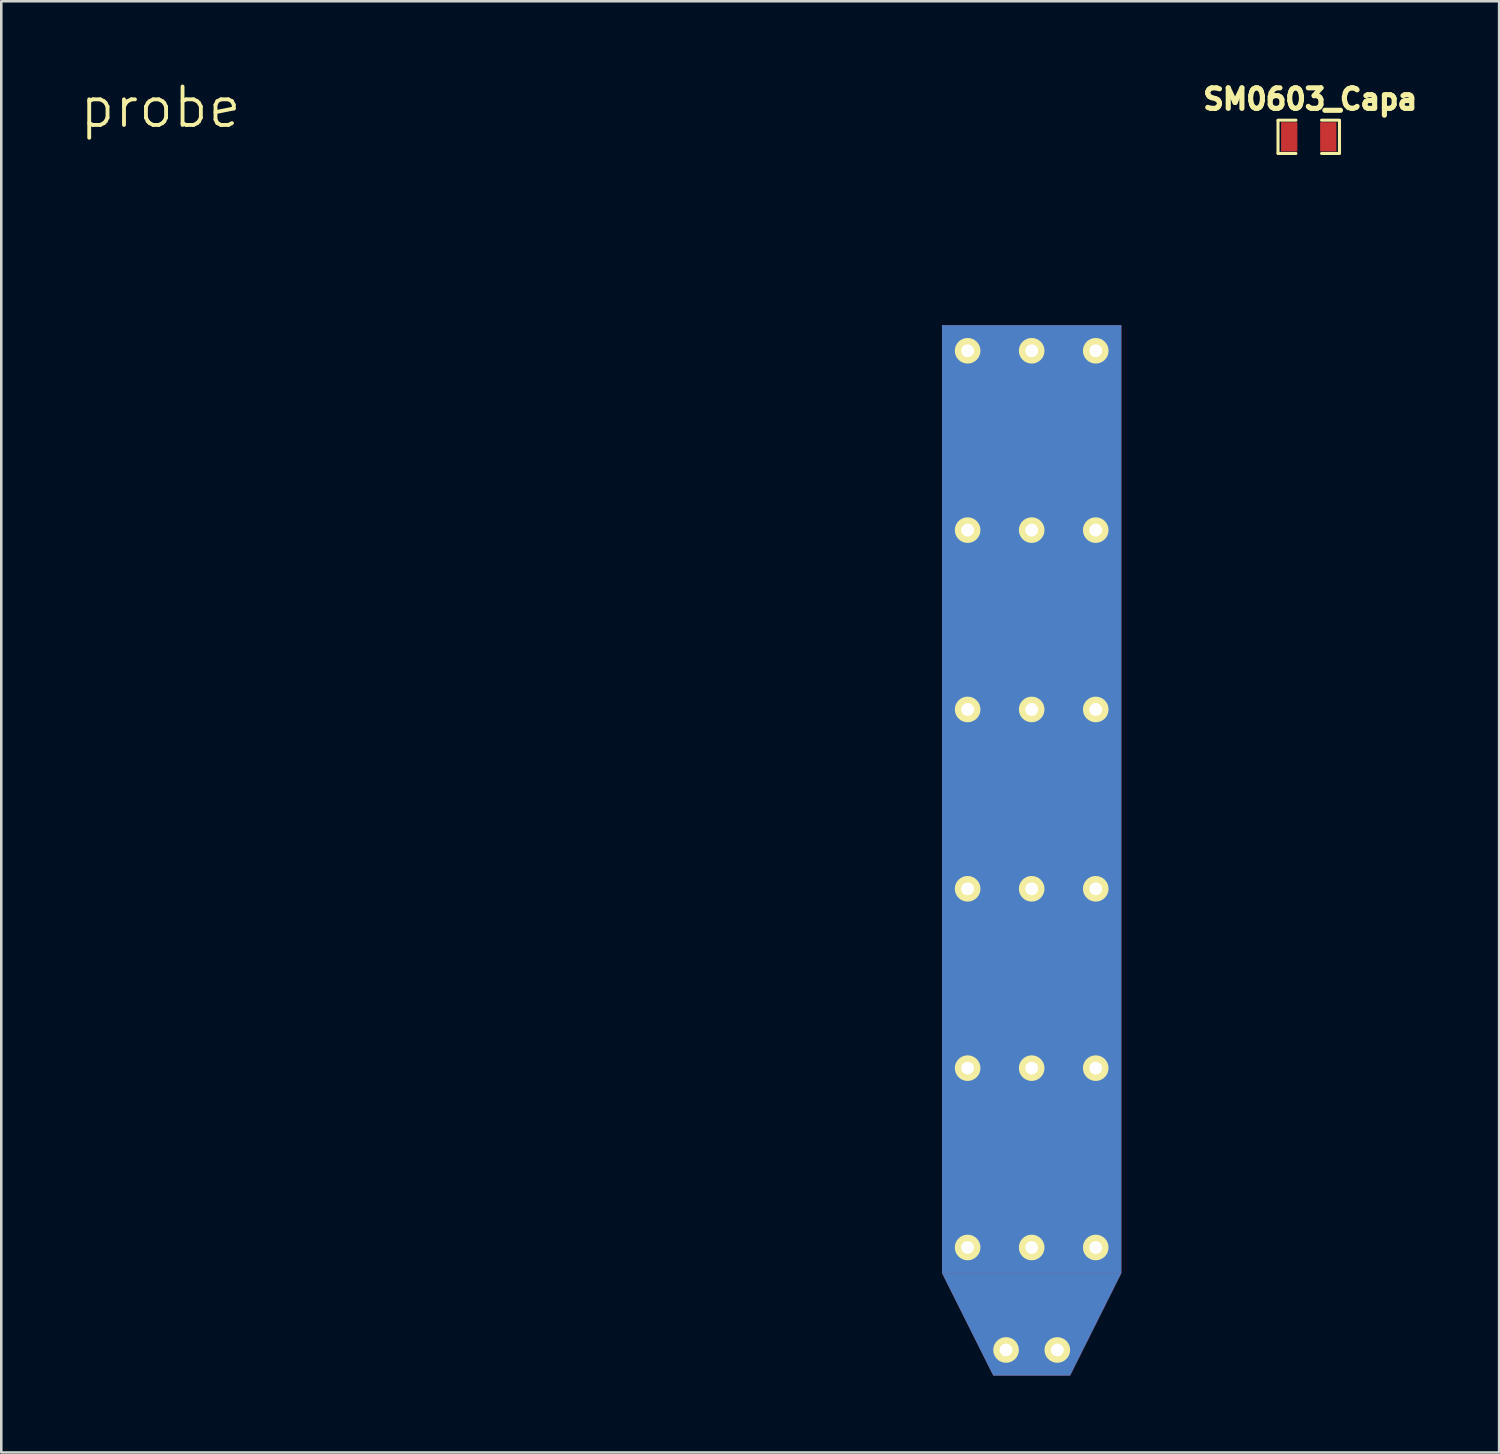
<source format=kicad_pcb>
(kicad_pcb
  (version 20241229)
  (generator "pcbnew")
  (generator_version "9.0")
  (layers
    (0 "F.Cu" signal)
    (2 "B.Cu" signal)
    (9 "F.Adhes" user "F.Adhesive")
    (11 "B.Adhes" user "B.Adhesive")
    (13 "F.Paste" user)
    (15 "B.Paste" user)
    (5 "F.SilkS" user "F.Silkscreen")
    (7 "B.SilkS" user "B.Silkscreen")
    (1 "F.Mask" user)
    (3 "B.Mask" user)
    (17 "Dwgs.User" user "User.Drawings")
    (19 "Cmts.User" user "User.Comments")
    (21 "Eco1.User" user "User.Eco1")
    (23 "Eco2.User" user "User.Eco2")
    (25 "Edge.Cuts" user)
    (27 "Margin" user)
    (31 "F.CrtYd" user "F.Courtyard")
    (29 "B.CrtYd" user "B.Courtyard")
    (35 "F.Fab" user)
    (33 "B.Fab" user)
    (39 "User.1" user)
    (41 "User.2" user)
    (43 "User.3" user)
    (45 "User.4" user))
  (footprint "probe"
    (layer "F.Cu")
    (at 37.218 37.141)
    (property "Reference" "probe" (at -34 -36 0) (layer "F.SilkS") (effects (font (size 1.5 1.5) (thickness 0.15))))
    (attr through_hole)
    (pad "1" thru_hole circle (at -2.5 -26.5) (size 1 1) (drill 0.5) (layers "*.Cu" "*.Mask" "F.SilkS"))
    (pad "1" thru_hole circle (at -2.5 -19.5) (size 1 1) (drill 0.5) (layers "*.Cu" "*.Mask" "F.SilkS"))
    (pad "1" thru_hole circle (at -2.5 -12.5) (size 1 1) (drill 0.5) (layers "*.Cu" "*.Mask" "F.SilkS"))
    (pad "1" thru_hole circle (at -2.5 -5.5) (size 1 1) (drill 0.5) (layers "*.Cu" "*.Mask" "F.SilkS"))
    (pad "1" thru_hole circle (at -2.5 1.5) (size 1 1) (drill 0.5) (layers "*.Cu" "*.Mask" "F.SilkS"))
    (pad "1" thru_hole circle (at -2.5 8.5) (size 1 1) (drill 0.5) (layers "*.Cu" "*.Mask" "F.SilkS"))
    (pad "1" thru_hole circle (at -1 12.5) (size 1 1) (drill 0.5) (layers "*.Cu" "*.Mask" "F.SilkS"))
    (pad "1" thru_hole circle (at 0 -26.5) (size 1 1) (drill 0.5) (layers "*.Cu" "*.Mask" "F.SilkS"))
    (pad "1" thru_hole circle (at 0 -19.5) (size 1 1) (drill 0.5) (layers "*.Cu" "*.Mask" "F.SilkS"))
    (pad "1" thru_hole circle (at 0 -12.5) (size 1 1) (drill 0.5) (layers "*.Cu" "*.Mask" "F.SilkS"))
    (pad "1" smd rect (at 0 -9) (size 7 37) (layers "F.Cu" "F.Mask"))
    (pad "1" smd rect (at 0 -9) (size 7 37) (layers "B.Cu" "B.Mask"))
    (pad "1" thru_hole circle (at 0 -5.5) (size 1 1) (drill 0.5) (layers "*.Cu" "*.Mask" "F.SilkS"))
    (pad "1" thru_hole circle (at 0 1.5) (size 1 1) (drill 0.5) (layers "*.Cu" "*.Mask" "F.SilkS"))
    (pad "1" thru_hole circle (at 0 8.5) (size 1 1) (drill 0.5) (layers "*.Cu" "*.Mask" "F.SilkS"))
    (pad "1" smd trapezoid (at 0 11.5) (size 5 4) (rect_delta 0 -2) (layers "F.Cu" "F.Mask"))
    (pad "1" smd trapezoid (at 0 11.5) (size 5 4) (rect_delta 0 -2) (layers "B.Cu" "B.Mask"))
    (pad "1" thru_hole circle (at 1 12.5) (size 1 1) (drill 0.5) (layers "*.Cu" "*.Mask" "F.SilkS"))
    (pad "1" thru_hole circle (at 2.5 -26.5) (size 1 1) (drill 0.5) (layers "*.Cu" "*.Mask" "F.SilkS"))
    (pad "1" thru_hole circle (at 2.5 -19.5) (size 1 1) (drill 0.5) (layers "*.Cu" "*.Mask" "F.SilkS"))
    (pad "1" thru_hole circle (at 2.5 -12.5) (size 1 1) (drill 0.5) (layers "*.Cu" "*.Mask" "F.SilkS"))
    (pad "1" thru_hole circle (at 2.5 -5.5) (size 1 1) (drill 0.5) (layers "*.Cu" "*.Mask" "F.SilkS"))
    (pad "1" thru_hole circle (at 2.5 1.5) (size 1 1) (drill 0.5) (layers "*.Cu" "*.Mask" "F.SilkS"))
    (pad "1" thru_hole circle (at 2.5 8.5) (size 1 1) (drill 0.5) (layers "*.Cu" "*.Mask" "F.SilkS")))
  (footprint "SM0603_Capa"
    (layer "F.Cu")
    (at 48.032 2.29)
    (property "Reference" "SM0603_Capa" (at 0.058 -1.471 0) (layer "F.SilkS") (effects (font (size 0.8 0.8) (thickness 0.2))))
    (attr smd)
    (fp_line (start -1.199 -0.65) (end -0.5 -0.65) (stroke (width 0.119) (type solid)) (layer "F.SilkS"))
    (fp_line (start -1.199 0.635) (end -1.199 -0.635) (stroke (width 0.119) (type solid)) (layer "F.SilkS"))
    (fp_line (start -0.5 0.65) (end -1.199 0.65) (stroke (width 0.119) (type solid)) (layer "F.SilkS"))
    (fp_line (start 0.5 -0.65) (end 1.199 -0.65) (stroke (width 0.119) (type solid)) (layer "F.SilkS"))
    (fp_line (start 0.5 0.65) (end 1.199 0.65) (stroke (width 0.119) (type solid)) (layer "F.SilkS"))
    (fp_line (start 1.199 -0.635) (end 1.199 0.635) (stroke (width 0.119) (type solid)) (layer "F.SilkS"))
    (pad "1" smd rect (at -0.762 0) (size 0.635 1.143) (layers "F.Cu" "F.Mask" "F.Paste"))
    (pad "2" smd rect (at 0.762 0) (size 0.635 1.143) (layers "F.Cu" "F.Mask" "F.Paste")))
  (gr_rect
    (start -3 -3)
    (end 55.463 53.641)
    (stroke (width 0.1) (type default))
    (fill no)
    (layer "Edge.Cuts")))
</source>
